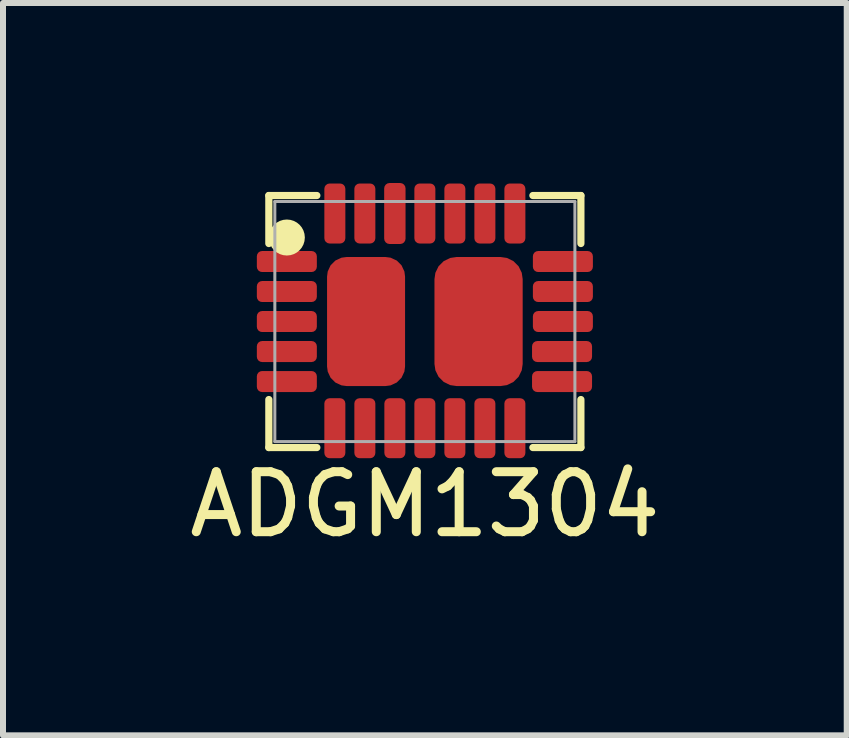
<source format=kicad_pcb>
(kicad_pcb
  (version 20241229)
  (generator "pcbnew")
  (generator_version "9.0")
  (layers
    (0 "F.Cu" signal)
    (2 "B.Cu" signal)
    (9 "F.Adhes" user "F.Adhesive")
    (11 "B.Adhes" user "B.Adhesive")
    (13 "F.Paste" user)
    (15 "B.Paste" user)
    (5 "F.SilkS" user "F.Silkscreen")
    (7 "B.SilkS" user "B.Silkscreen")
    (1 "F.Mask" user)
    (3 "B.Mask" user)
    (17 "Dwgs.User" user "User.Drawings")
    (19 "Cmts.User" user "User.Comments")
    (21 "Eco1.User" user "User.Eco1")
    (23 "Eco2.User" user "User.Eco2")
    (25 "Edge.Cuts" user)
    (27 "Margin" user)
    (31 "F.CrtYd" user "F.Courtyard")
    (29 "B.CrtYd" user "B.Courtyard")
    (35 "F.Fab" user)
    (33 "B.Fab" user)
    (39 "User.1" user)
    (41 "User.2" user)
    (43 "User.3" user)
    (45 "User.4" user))
  (footprint "ADGM1304"
    (layer "F.Cu")
    (at 4.03 2.308)
    (property "Reference" "ADGM1304" (at 0 3.048 0) (layer "F.SilkS") (effects (font (size 1 1) (thickness 0.15))))
    (attr through_hole)
    (fp_line (start -2.6 -2.1) (end -1.8 -2.1) (stroke (width 0.12) (type solid)) (layer "F.SilkS"))
    (fp_line (start -2.6 -1.3) (end -2.6 -2.1) (stroke (width 0.12) (type solid)) (layer "F.SilkS"))
    (fp_line (start -2.6 1.3) (end -2.6 2.1) (stroke (width 0.12) (type solid)) (layer "F.SilkS"))
    (fp_line (start -2.6 2.1) (end -1.8 2.1) (stroke (width 0.12) (type solid)) (layer "F.SilkS"))
    (fp_line (start 1.8 2.1) (end 2.6 2.1) (stroke (width 0.12) (type solid)) (layer "F.SilkS"))
    (fp_line (start 2.6 -2.1) (end 1.8 -2.1) (stroke (width 0.12) (type solid)) (layer "F.SilkS"))
    (fp_line (start 2.6 -1.3) (end 2.6 -2.1) (stroke (width 0.12) (type solid)) (layer "F.SilkS"))
    (fp_line (start 2.6 2.1) (end 2.6 1.3) (stroke (width 0.12) (type solid)) (layer "F.SilkS"))
    (fp_circle (center -2.3 -1.4) (end -2.3 -1.4) (stroke (width 0.3) (type solid)) (fill no) (layer "F.SilkS"))
    (fp_line (start -2.5 -2) (end 2.5 -2) (stroke (width 0.05) (type solid)) (layer "F.Fab"))
    (fp_line (start -2.5 2) (end -2.5 -2) (stroke (width 0.05) (type solid)) (layer "F.Fab"))
    (fp_line (start 2.5 -2) (end 2.5 2) (stroke (width 0.05) (type solid)) (layer "F.Fab"))
    (fp_line (start 2.5 2) (end -2.5 2) (stroke (width 0.05) (type solid)) (layer "F.Fab"))
    (pad "1" smd roundrect (at -2.3 -1 90) (size 0.35 1) (layers "F.Cu" "F.Mask" "F.Paste") (roundrect_rratio 0.25))
    (pad "2" smd roundrect (at -2.3 -0.5 90) (size 0.35 1) (layers "F.Cu" "F.Mask" "F.Paste") (roundrect_rratio 0.25))
    (pad "3" smd roundrect (at -2.3 0 90) (size 0.35 1) (layers "F.Cu" "F.Mask" "F.Paste") (roundrect_rratio 0.25))
    (pad "4" smd roundrect (at -2.3 0.5 90) (size 0.35 1) (layers "F.Cu" "F.Mask" "F.Paste") (roundrect_rratio 0.25))
    (pad "5" smd roundrect (at -2.3 1 90) (size 0.35 1) (layers "F.Cu" "F.Mask" "F.Paste") (roundrect_rratio 0.25))
    (pad "6" smd roundrect (at -1.5 1.778) (size 0.35 1) (layers "F.Cu" "F.Mask" "F.Paste") (roundrect_rratio 0.25))
    (pad "7" smd roundrect (at -1 1.778) (size 0.35 1) (layers "F.Cu" "F.Mask" "F.Paste") (roundrect_rratio 0.25))
    (pad "8" smd roundrect (at -0.5 1.778) (size 0.35 1) (layers "F.Cu" "F.Mask" "F.Paste") (roundrect_rratio 0.25))
    (pad "9" smd roundrect (at 0 1.778) (size 0.35 1) (layers "F.Cu" "F.Mask" "F.Paste") (roundrect_rratio 0.25))
    (pad "10" smd roundrect (at 0.5 1.778) (size 0.35 1) (layers "F.Cu" "F.Mask" "F.Paste") (roundrect_rratio 0.25))
    (pad "11" smd roundrect (at 1 1.778) (size 0.35 1) (layers "F.Cu" "F.Mask" "F.Paste") (roundrect_rratio 0.25))
    (pad "12" smd roundrect (at 1.5 1.778) (size 0.35 1) (layers "F.Cu" "F.Mask" "F.Paste") (roundrect_rratio 0.25))
    (pad "13" smd roundrect (at 2.286 1 90) (size 0.35 1) (layers "F.Cu" "F.Mask" "F.Paste") (roundrect_rratio 0.25))
    (pad "14" smd roundrect (at 2.286 0.5 90) (size 0.35 1) (layers "F.Cu" "F.Mask" "F.Paste") (roundrect_rratio 0.25))
    (pad "15" smd roundrect (at 2.3 0 90) (size 0.35 1) (layers "F.Cu" "F.Mask" "F.Paste") (roundrect_rratio 0.25))
    (pad "16" smd roundrect (at 2.3 -0.5 90) (size 0.35 1) (layers "F.Cu" "F.Mask" "F.Paste") (roundrect_rratio 0.25))
    (pad "17" smd roundrect (at 2.3 -1 90) (size 0.35 1) (layers "F.Cu" "F.Mask" "F.Paste") (roundrect_rratio 0.25))
    (pad "18" smd roundrect (at 1.5 -1.8) (size 0.35 1) (layers "F.Cu" "F.Mask" "F.Paste") (roundrect_rratio 0.25))
    (pad "19" smd roundrect (at 1 -1.8) (size 0.35 1) (layers "F.Cu" "F.Mask" "F.Paste") (roundrect_rratio 0.25))
    (pad "20" smd roundrect (at 0.5 -1.8) (size 0.35 1) (layers "F.Cu" "F.Mask" "F.Paste") (roundrect_rratio 0.25))
    (pad "21" smd roundrect (at 0 -1.8) (size 0.35 1) (layers "F.Cu" "F.Mask" "F.Paste") (roundrect_rratio 0.25))
    (pad "22" smd roundrect (at -0.5 -1.8) (size 0.356 1.016) (layers "F.Cu" "F.Mask" "F.Paste") (roundrect_rratio 0.25))
    (pad "23" smd roundrect (at -1 -1.8) (size 0.35 1) (layers "F.Cu" "F.Mask" "F.Paste") (roundrect_rratio 0.25))
    (pad "24" smd roundrect (at -1.5 -1.8) (size 0.35 1) (layers "F.Cu" "F.Mask" "F.Paste") (roundrect_rratio 0.25))
    (pad "25" smd roundrect (at -0.98 0 180) (size 1.3 2.15) (layers "F.Cu" "F.Mask" "F.Paste") (roundrect_rratio 0.25))
    (pad "26" smd roundrect (at 0.895 0 180) (size 1.47 2.15) (layers "F.Cu" "F.Mask" "F.Paste") (roundrect_rratio 0.25)))
  (gr_rect
    (start -3 -3)
    (end 11.06 9.204)
    (stroke (width 0.1) (type default))
    (fill no)
    (layer "Edge.Cuts")))
</source>
